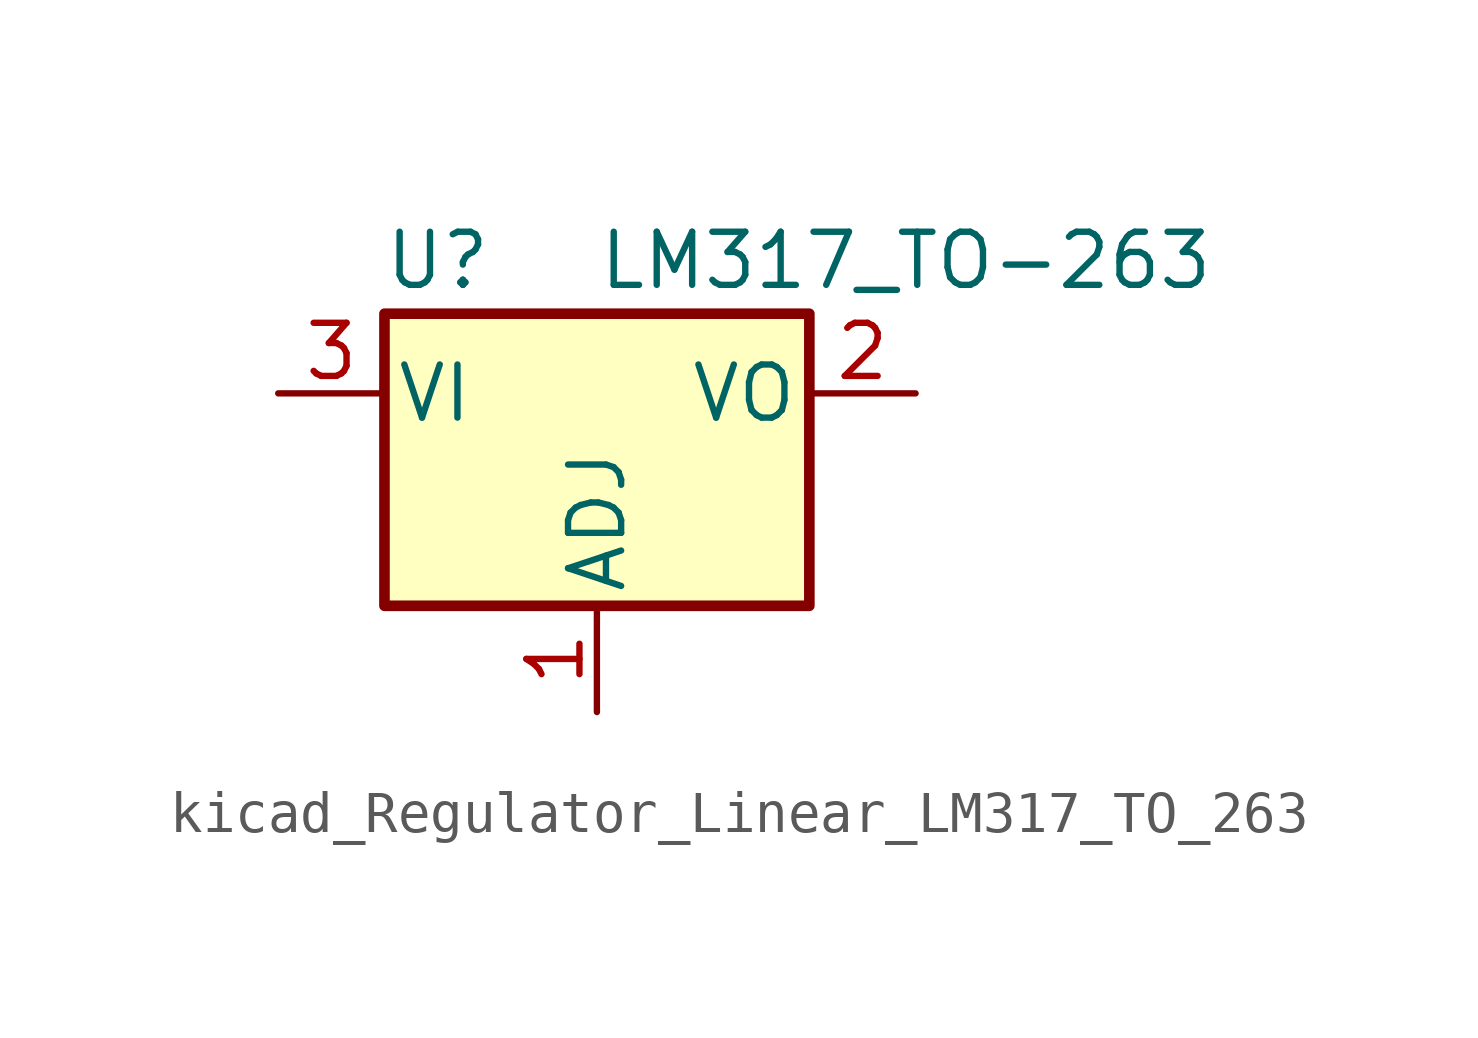
<source format=kicad_sym>
(kicad_symbol_lib
  (version 20220914)
  (generator kicad_symbol_editor)
  (symbol "kicad_Regulator_Linear_LM317_TO_263"
    (pin_names
      (offset 0.254))
    (property "Reference" "U"
      (at -3.81 3.175 0)
      (effects (font (size 1.27 1.27))))
    (property "Value" "LM317_TO-263"
      (at 0 3.175 0)
      (effects (font (size 1.27 1.27)) (justify left)))
    (symbol "kicad_Regulator_Linear_LM317_TO_263_0_1"
      (rectangle (start -5.08 1.905) (end 5.08 -5.08) (stroke (width 0.254) (type default)) (fill (type background))))
    (symbol "kicad_Regulator_Linear_LM317_TO_263_1_1"
      (pin input line (at 0 -7.62 90) (length 2.54) (name "ADJ" (effects (font (size 1.27 1.27)))) (number "1" (effects (font (size 1.27 1.27)))))
      (pin power_out line (at 7.62 0 180) (length 2.54) (name "VO" (effects (font (size 1.27 1.27)))) (number "2" (effects (font (size 1.27 1.27)))))
      (pin power_in line (at -7.62 0 0) (length 2.54) (name "VI" (effects (font (size 1.27 1.27)))) (number "3" (effects (font (size 1.27 1.27))))))))
</source>
